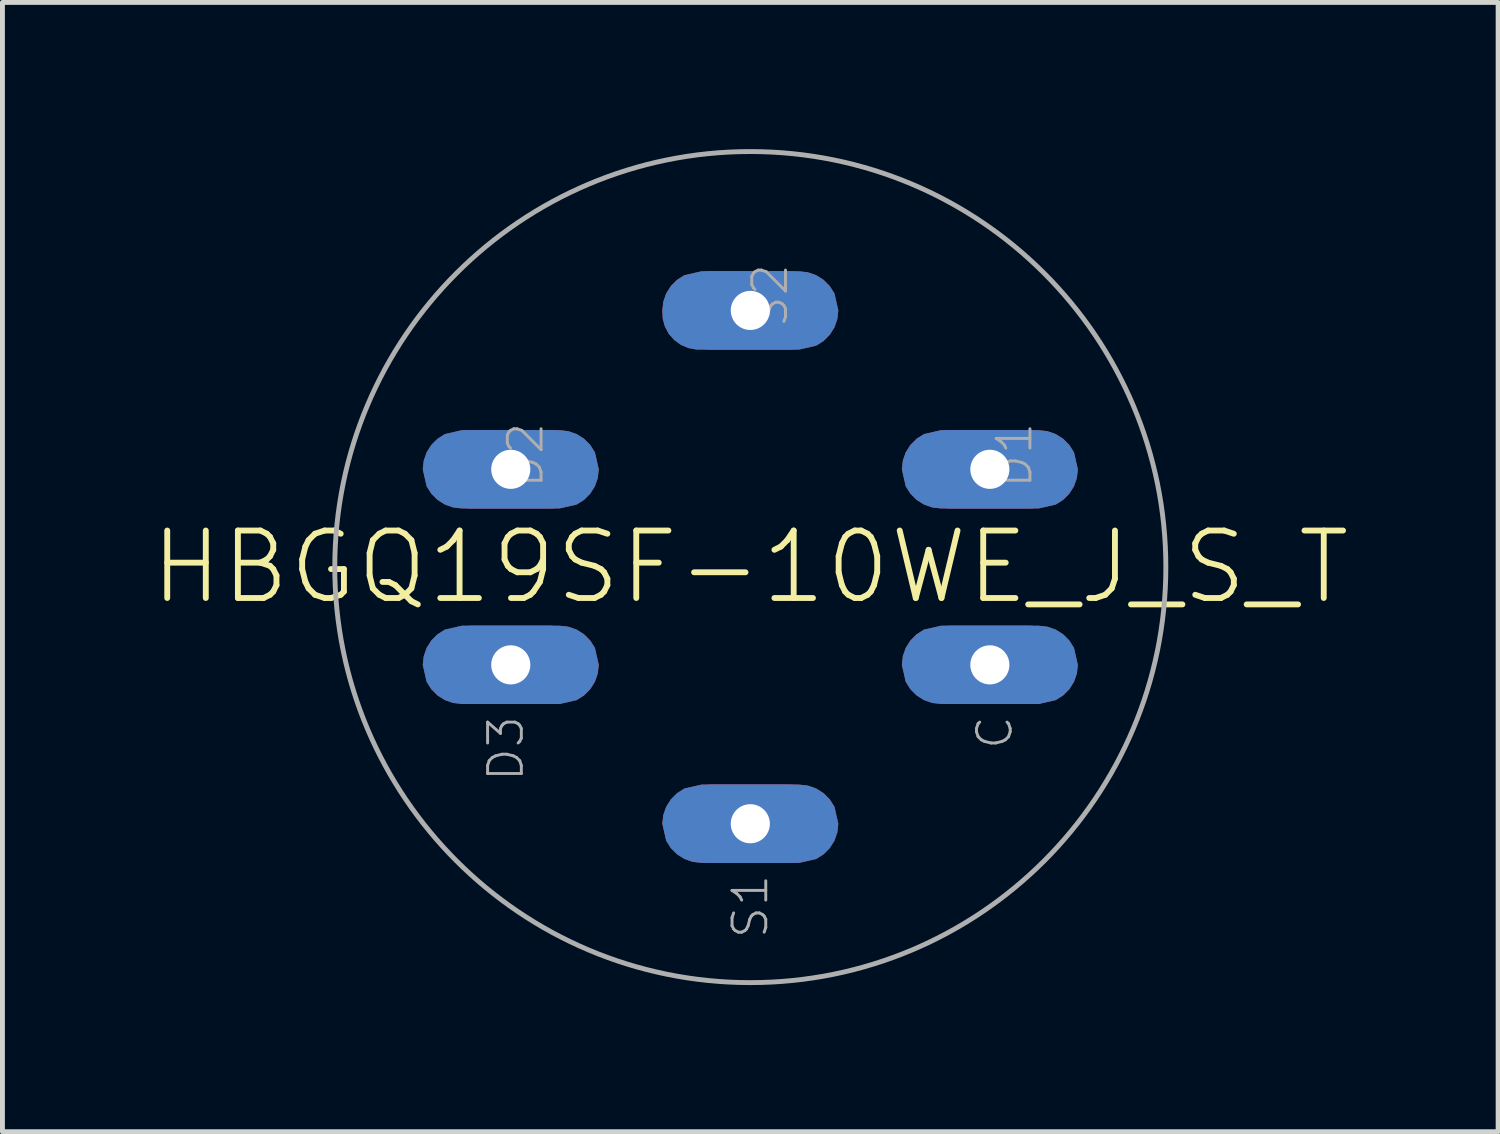
<source format=kicad_pcb>
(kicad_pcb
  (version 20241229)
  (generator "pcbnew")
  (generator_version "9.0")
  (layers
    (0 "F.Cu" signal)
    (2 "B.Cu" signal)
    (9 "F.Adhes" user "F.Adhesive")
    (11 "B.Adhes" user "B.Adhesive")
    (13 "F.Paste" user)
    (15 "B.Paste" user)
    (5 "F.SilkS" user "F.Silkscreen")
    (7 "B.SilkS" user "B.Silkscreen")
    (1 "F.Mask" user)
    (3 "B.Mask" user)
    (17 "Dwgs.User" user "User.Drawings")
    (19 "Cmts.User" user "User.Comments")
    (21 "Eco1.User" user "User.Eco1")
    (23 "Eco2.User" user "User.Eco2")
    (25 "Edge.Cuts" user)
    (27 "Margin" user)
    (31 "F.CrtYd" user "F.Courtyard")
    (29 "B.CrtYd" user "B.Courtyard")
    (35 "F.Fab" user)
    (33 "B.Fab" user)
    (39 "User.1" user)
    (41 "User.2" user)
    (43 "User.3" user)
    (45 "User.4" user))
  (footprint "HBGQ19SF-10WE_J_S_T"
    (layer "F.Cu")
    (at 12.298 8.55)
    (property "Reference" "HBGQ19SF-10WE_J_S_T" (at 0 0 0) (unlocked yes) (layer "F.SilkS") (effects (font (size 1.38 1.38) (thickness 0.12))))
    (fp_poly (pts (xy -3.722 -2.78) (xy -3.553 -2.721) (xy -3.401 -2.625) (xy -3.275 -2.499) (xy -3.179 -2.347) (xy -3.1 -2) (xy -3.12 -1.822) (xy -3.179 -1.653) (xy -3.275 -1.501) (xy -3.401 -1.375) (xy -3.553 -1.279) (xy -3.9 -1.2) (xy -5.9 -1.2) (xy -6.078 -1.22) (xy -6.247 -1.279) (xy -6.399 -1.375) (xy -6.525 -1.501) (xy -6.621 -1.653) (xy -6.7 -2) (xy -6.68 -2.178) (xy -6.621 -2.347) (xy -6.525 -2.499) (xy -6.399 -2.625) (xy -6.247 -2.721) (xy -5.9 -2.8) (xy -3.9 -2.8)) (stroke (width 0) (type default)) (fill yes) (layer "F.Cu"))
    (fp_poly (pts (xy -3.722 1.22) (xy -3.553 1.279) (xy -3.401 1.375) (xy -3.275 1.501) (xy -3.179 1.653) (xy -3.1 2) (xy -3.12 2.178) (xy -3.179 2.347) (xy -3.275 2.499) (xy -3.401 2.625) (xy -3.553 2.721) (xy -3.9 2.8) (xy -5.9 2.8) (xy -6.078 2.78) (xy -6.247 2.721) (xy -6.399 2.625) (xy -6.525 2.499) (xy -6.621 2.347) (xy -6.7 2) (xy -6.68 1.822) (xy -6.621 1.653) (xy -6.525 1.501) (xy -6.399 1.375) (xy -6.247 1.279) (xy -5.9 1.2) (xy -3.9 1.2)) (stroke (width 0) (type default)) (fill yes) (layer "F.Cu"))
    (fp_poly (pts (xy -1.8 5.25) (xy -1.78 5.072) (xy -1.721 4.903) (xy -1.625 4.751) (xy -1.499 4.625) (xy -1.347 4.529) (xy -1 4.45) (xy 1 4.45) (xy 1.178 4.47) (xy 1.347 4.529) (xy 1.499 4.625) (xy 1.625 4.751) (xy 1.721 4.903) (xy 1.8 5.25) (xy 1.78 5.428) (xy 1.721 5.597) (xy 1.625 5.749) (xy 1.499 5.875) (xy 1.347 5.971) (xy 1 6.05) (xy -1 6.05) (xy -1.178 6.03) (xy -1.347 5.971) (xy -1.499 5.875) (xy -1.625 5.749) (xy -1.721 5.597)) (stroke (width 0) (type default)) (fill yes) (layer "F.Cu"))
    (fp_poly (pts (xy 6.078 -2.78) (xy 6.247 -2.721) (xy 6.399 -2.625) (xy 6.525 -2.499) (xy 6.621 -2.347) (xy 6.7 -2) (xy 6.68 -1.822) (xy 6.621 -1.653) (xy 6.525 -1.501) (xy 6.399 -1.375) (xy 6.247 -1.279) (xy 5.9 -1.2) (xy 3.9 -1.2) (xy 3.722 -1.22) (xy 3.553 -1.279) (xy 3.401 -1.375) (xy 3.275 -1.501) (xy 3.179 -1.653) (xy 3.1 -2) (xy 3.12 -2.178) (xy 3.179 -2.347) (xy 3.275 -2.499) (xy 3.401 -2.625) (xy 3.553 -2.721) (xy 3.9 -2.8) (xy 5.9 -2.8)) (stroke (width 0) (type default)) (fill yes) (layer "F.Cu"))
    (fp_poly (pts (xy 6.078 1.22) (xy 6.247 1.279) (xy 6.399 1.375) (xy 6.525 1.501) (xy 6.621 1.653) (xy 6.7 2) (xy 6.68 2.178) (xy 6.621 2.347) (xy 6.525 2.499) (xy 6.399 2.625) (xy 6.247 2.721) (xy 5.9 2.8) (xy 3.9 2.8) (xy 3.722 2.78) (xy 3.553 2.721) (xy 3.401 2.625) (xy 3.275 2.499) (xy 3.179 2.347) (xy 3.1 2) (xy 3.12 1.822) (xy 3.179 1.653) (xy 3.275 1.501) (xy 3.401 1.375) (xy 3.553 1.279) (xy 3.9 1.2) (xy 5.9 1.2)) (stroke (width 0) (type default)) (fill yes) (layer "F.Cu"))
    (fp_poly (pts (xy -1.8 -5.25) (xy -1.78 -5.428) (xy -1.721 -5.597) (xy -1.625 -5.749) (xy -1.499 -5.875) (xy -1.347 -5.971) (xy -1 -6.05) (xy 1 -6.05) (xy 1.178 -6.03) (xy 1.347 -5.971) (xy 1.499 -5.875) (xy 1.625 -5.749) (xy 1.721 -5.597) (xy 1.8 -5.25) (xy 1.78 -5.072) (xy 1.721 -4.903) (xy 1.625 -4.751) (xy 1.499 -4.625) (xy 1.347 -4.529) (xy 1 -4.45) (xy -1.1 -4.45) (xy -1.266 -4.48) (xy -1.42 -4.546) (xy -1.557 -4.645) (xy -1.668 -4.771) (xy -1.747 -4.92) (xy -1.792 -5.082)) (stroke (width 0) (type default)) (fill yes) (layer "F.Cu"))
    (fp_poly (pts (xy -3.7 -2.877) (xy -3.51 -2.811) (xy -3.339 -2.704) (xy -3.196 -2.561) (xy -3.089 -2.39) (xy -3 -2) (xy -3.023 -1.8) (xy -3.089 -1.61) (xy -3.196 -1.439) (xy -3.339 -1.296) (xy -3.51 -1.189) (xy -3.9 -1.1) (xy -5.9 -1.1) (xy -6.1 -1.123) (xy -6.29 -1.189) (xy -6.461 -1.296) (xy -6.604 -1.439) (xy -6.711 -1.61) (xy -6.8 -2) (xy -6.777 -2.2) (xy -6.711 -2.39) (xy -6.604 -2.561) (xy -6.461 -2.704) (xy -6.29 -2.811) (xy -5.9 -2.9) (xy -3.9 -2.9)) (stroke (width 0) (type default)) (fill yes) (layer "F.Mask"))
    (fp_poly (pts (xy -3.7 1.123) (xy -3.51 1.189) (xy -3.339 1.296) (xy -3.196 1.439) (xy -3.089 1.61) (xy -3 2) (xy -3.023 2.2) (xy -3.089 2.39) (xy -3.196 2.561) (xy -3.339 2.704) (xy -3.51 2.811) (xy -3.9 2.9) (xy -5.9 2.9) (xy -6.1 2.877) (xy -6.29 2.811) (xy -6.461 2.704) (xy -6.604 2.561) (xy -6.711 2.39) (xy -6.8 2) (xy -6.777 1.8) (xy -6.711 1.61) (xy -6.604 1.439) (xy -6.461 1.296) (xy -6.29 1.189) (xy -5.9 1.1) (xy -3.9 1.1)) (stroke (width 0) (type default)) (fill yes) (layer "F.Mask"))
    (fp_poly (pts (xy 1.2 -6.127) (xy 1.39 -6.061) (xy 1.561 -5.954) (xy 1.704 -5.811) (xy 1.811 -5.64) (xy 1.9 -5.25) (xy 1.877 -5.05) (xy 1.811 -4.86) (xy 1.704 -4.689) (xy 1.561 -4.546) (xy 1.39 -4.439) (xy 1 -4.35) (xy -1 -4.35) (xy -1.2 -4.373) (xy -1.39 -4.439) (xy -1.561 -4.546) (xy -1.704 -4.689) (xy -1.811 -4.86) (xy -1.9 -5.25) (xy -1.877 -5.45) (xy -1.811 -5.64) (xy -1.704 -5.811) (xy -1.561 -5.954) (xy -1.39 -6.061) (xy -1 -6.15) (xy 1 -6.15)) (stroke (width 0) (type default)) (fill yes) (layer "F.Mask"))
    (fp_poly (pts (xy 1.2 4.373) (xy 1.39 4.439) (xy 1.561 4.546) (xy 1.704 4.689) (xy 1.811 4.86) (xy 1.9 5.25) (xy 1.877 5.45) (xy 1.811 5.64) (xy 1.704 5.811) (xy 1.561 5.954) (xy 1.39 6.061) (xy 1 6.15) (xy -1 6.15) (xy -1.2 6.127) (xy -1.39 6.061) (xy -1.561 5.954) (xy -1.704 5.811) (xy -1.811 5.64) (xy -1.9 5.25) (xy -1.877 5.05) (xy -1.811 4.86) (xy -1.704 4.689) (xy -1.561 4.546) (xy -1.39 4.439) (xy -1 4.35) (xy 1 4.35)) (stroke (width 0) (type default)) (fill yes) (layer "F.Mask"))
    (fp_poly (pts (xy 6.1 -2.877) (xy 6.29 -2.811) (xy 6.461 -2.704) (xy 6.604 -2.561) (xy 6.711 -2.39) (xy 6.8 -2) (xy 6.777 -1.8) (xy 6.711 -1.61) (xy 6.604 -1.439) (xy 6.461 -1.296) (xy 6.29 -1.189) (xy 5.9 -1.1) (xy 3.9 -1.1) (xy 3.7 -1.123) (xy 3.51 -1.189) (xy 3.339 -1.296) (xy 3.196 -1.439) (xy 3.089 -1.61) (xy 3 -2) (xy 3.023 -2.2) (xy 3.089 -2.39) (xy 3.196 -2.561) (xy 3.339 -2.704) (xy 3.51 -2.811) (xy 3.9 -2.9) (xy 5.9 -2.9)) (stroke (width 0) (type default)) (fill yes) (layer "F.Mask"))
    (fp_poly (pts (xy 6.1 1.123) (xy 6.29 1.189) (xy 6.461 1.296) (xy 6.604 1.439) (xy 6.711 1.61) (xy 6.8 2) (xy 6.777 2.2) (xy 6.711 2.39) (xy 6.604 2.561) (xy 6.461 2.704) (xy 6.29 2.811) (xy 5.9 2.9) (xy 3.9 2.9) (xy 3.7 2.877) (xy 3.51 2.811) (xy 3.339 2.704) (xy 3.196 2.561) (xy 3.089 2.39) (xy 3 2) (xy 3.023 1.8) (xy 3.089 1.61) (xy 3.196 1.439) (xy 3.339 1.296) (xy 3.51 1.189) (xy 3.9 1.1) (xy 5.9 1.1)) (stroke (width 0) (type default)) (fill yes) (layer "F.Mask"))
    (fp_poly (pts (xy -3.722 -2.78) (xy -3.553 -2.721) (xy -3.401 -2.625) (xy -3.275 -2.499) (xy -3.179 -2.347) (xy -3.1 -2) (xy -3.12 -1.822) (xy -3.179 -1.653) (xy -3.275 -1.501) (xy -3.401 -1.375) (xy -3.553 -1.279) (xy -3.9 -1.2) (xy -5.9 -1.2) (xy -6.078 -1.22) (xy -6.247 -1.279) (xy -6.399 -1.375) (xy -6.525 -1.501) (xy -6.621 -1.653) (xy -6.7 -2) (xy -6.68 -2.178) (xy -6.621 -2.347) (xy -6.525 -2.499) (xy -6.399 -2.625) (xy -6.247 -2.721) (xy -5.9 -2.8) (xy -3.9 -2.8)) (stroke (width 0) (type default)) (fill yes) (layer "B.Cu"))
    (fp_poly (pts (xy -3.722 1.22) (xy -3.553 1.279) (xy -3.401 1.375) (xy -3.275 1.501) (xy -3.179 1.653) (xy -3.1 2) (xy -3.12 2.178) (xy -3.179 2.347) (xy -3.275 2.499) (xy -3.401 2.625) (xy -3.553 2.721) (xy -3.9 2.8) (xy -5.9 2.8) (xy -6.078 2.78) (xy -6.247 2.721) (xy -6.399 2.625) (xy -6.525 2.499) (xy -6.621 2.347) (xy -6.7 2) (xy -6.68 1.822) (xy -6.621 1.653) (xy -6.525 1.501) (xy -6.399 1.375) (xy -6.247 1.279) (xy -5.9 1.2) (xy -3.9 1.2)) (stroke (width 0) (type default)) (fill yes) (layer "B.Cu"))
    (fp_poly (pts (xy -1.8 5.25) (xy -1.78 5.072) (xy -1.721 4.903) (xy -1.625 4.751) (xy -1.499 4.625) (xy -1.347 4.529) (xy -1 4.45) (xy 1 4.45) (xy 1.178 4.47) (xy 1.347 4.529) (xy 1.499 4.625) (xy 1.625 4.751) (xy 1.721 4.903) (xy 1.8 5.25) (xy 1.78 5.428) (xy 1.721 5.597) (xy 1.625 5.749) (xy 1.499 5.875) (xy 1.347 5.971) (xy 1 6.05) (xy -1 6.05) (xy -1.178 6.03) (xy -1.347 5.971) (xy -1.499 5.875) (xy -1.625 5.749) (xy -1.721 5.597)) (stroke (width 0) (type default)) (fill yes) (layer "B.Cu"))
    (fp_poly (pts (xy 6.078 -2.78) (xy 6.247 -2.721) (xy 6.399 -2.625) (xy 6.525 -2.499) (xy 6.621 -2.347) (xy 6.7 -2) (xy 6.68 -1.822) (xy 6.621 -1.653) (xy 6.525 -1.501) (xy 6.399 -1.375) (xy 6.247 -1.279) (xy 5.9 -1.2) (xy 3.9 -1.2) (xy 3.722 -1.22) (xy 3.553 -1.279) (xy 3.401 -1.375) (xy 3.275 -1.501) (xy 3.179 -1.653) (xy 3.1 -2) (xy 3.12 -2.178) (xy 3.179 -2.347) (xy 3.275 -2.499) (xy 3.401 -2.625) (xy 3.553 -2.721) (xy 3.9 -2.8) (xy 5.9 -2.8)) (stroke (width 0) (type default)) (fill yes) (layer "B.Cu"))
    (fp_poly (pts (xy 6.078 1.22) (xy 6.247 1.279) (xy 6.399 1.375) (xy 6.525 1.501) (xy 6.621 1.653) (xy 6.7 2) (xy 6.68 2.178) (xy 6.621 2.347) (xy 6.525 2.499) (xy 6.399 2.625) (xy 6.247 2.721) (xy 5.9 2.8) (xy 3.9 2.8) (xy 3.722 2.78) (xy 3.553 2.721) (xy 3.401 2.625) (xy 3.275 2.499) (xy 3.179 2.347) (xy 3.1 2) (xy 3.12 1.822) (xy 3.179 1.653) (xy 3.275 1.501) (xy 3.401 1.375) (xy 3.553 1.279) (xy 3.9 1.2) (xy 5.9 1.2)) (stroke (width 0) (type default)) (fill yes) (layer "B.Cu"))
    (fp_poly (pts (xy -1.8 -5.25) (xy -1.78 -5.428) (xy -1.721 -5.597) (xy -1.625 -5.749) (xy -1.499 -5.875) (xy -1.347 -5.971) (xy -1 -6.05) (xy 1 -6.05) (xy 1.178 -6.03) (xy 1.347 -5.971) (xy 1.499 -5.875) (xy 1.625 -5.749) (xy 1.721 -5.597) (xy 1.8 -5.25) (xy 1.78 -5.072) (xy 1.721 -4.903) (xy 1.625 -4.751) (xy 1.499 -4.625) (xy 1.347 -4.529) (xy 1 -4.45) (xy -1.1 -4.45) (xy -1.266 -4.48) (xy -1.42 -4.546) (xy -1.557 -4.645) (xy -1.668 -4.771) (xy -1.747 -4.92) (xy -1.792 -5.082)) (stroke (width 0) (type default)) (fill yes) (layer "B.Cu"))
    (fp_poly (pts (xy -3.7 -2.877) (xy -3.51 -2.811) (xy -3.339 -2.704) (xy -3.196 -2.561) (xy -3.089 -2.39) (xy -3 -2) (xy -3.023 -1.8) (xy -3.089 -1.61) (xy -3.196 -1.439) (xy -3.339 -1.296) (xy -3.51 -1.189) (xy -3.9 -1.1) (xy -5.9 -1.1) (xy -6.1 -1.123) (xy -6.29 -1.189) (xy -6.461 -1.296) (xy -6.604 -1.439) (xy -6.711 -1.61) (xy -6.8 -2) (xy -6.777 -2.2) (xy -6.711 -2.39) (xy -6.604 -2.561) (xy -6.461 -2.704) (xy -6.29 -2.811) (xy -5.9 -2.9) (xy -3.9 -2.9)) (stroke (width 0) (type default)) (fill yes) (layer "B.Mask"))
    (fp_poly (pts (xy -3.7 1.123) (xy -3.51 1.189) (xy -3.339 1.296) (xy -3.196 1.439) (xy -3.089 1.61) (xy -3 2) (xy -3.023 2.2) (xy -3.089 2.39) (xy -3.196 2.561) (xy -3.339 2.704) (xy -3.51 2.811) (xy -3.9 2.9) (xy -5.9 2.9) (xy -6.1 2.877) (xy -6.29 2.811) (xy -6.461 2.704) (xy -6.604 2.561) (xy -6.711 2.39) (xy -6.8 2) (xy -6.777 1.8) (xy -6.711 1.61) (xy -6.604 1.439) (xy -6.461 1.296) (xy -6.29 1.189) (xy -5.9 1.1) (xy -3.9 1.1)) (stroke (width 0) (type default)) (fill yes) (layer "B.Mask"))
    (fp_poly (pts (xy 1.2 -6.127) (xy 1.39 -6.061) (xy 1.561 -5.954) (xy 1.704 -5.811) (xy 1.811 -5.64) (xy 1.9 -5.25) (xy 1.877 -5.05) (xy 1.811 -4.86) (xy 1.704 -4.689) (xy 1.561 -4.546) (xy 1.39 -4.439) (xy 1 -4.35) (xy -1 -4.35) (xy -1.2 -4.373) (xy -1.39 -4.439) (xy -1.561 -4.546) (xy -1.704 -4.689) (xy -1.811 -4.86) (xy -1.9 -5.25) (xy -1.877 -5.45) (xy -1.811 -5.64) (xy -1.704 -5.811) (xy -1.561 -5.954) (xy -1.39 -6.061) (xy -1 -6.15) (xy 1 -6.15)) (stroke (width 0) (type default)) (fill yes) (layer "B.Mask"))
    (fp_poly (pts (xy 1.2 4.373) (xy 1.39 4.439) (xy 1.561 4.546) (xy 1.704 4.689) (xy 1.811 4.86) (xy 1.9 5.25) (xy 1.877 5.45) (xy 1.811 5.64) (xy 1.704 5.811) (xy 1.561 5.954) (xy 1.39 6.061) (xy 1 6.15) (xy -1 6.15) (xy -1.2 6.127) (xy -1.39 6.061) (xy -1.561 5.954) (xy -1.704 5.811) (xy -1.811 5.64) (xy -1.9 5.25) (xy -1.877 5.05) (xy -1.811 4.86) (xy -1.704 4.689) (xy -1.561 4.546) (xy -1.39 4.439) (xy -1 4.35) (xy 1 4.35)) (stroke (width 0) (type default)) (fill yes) (layer "B.Mask"))
    (fp_poly (pts (xy 6.1 -2.877) (xy 6.29 -2.811) (xy 6.461 -2.704) (xy 6.604 -2.561) (xy 6.711 -2.39) (xy 6.8 -2) (xy 6.777 -1.8) (xy 6.711 -1.61) (xy 6.604 -1.439) (xy 6.461 -1.296) (xy 6.29 -1.189) (xy 5.9 -1.1) (xy 3.9 -1.1) (xy 3.7 -1.123) (xy 3.51 -1.189) (xy 3.339 -1.296) (xy 3.196 -1.439) (xy 3.089 -1.61) (xy 3 -2) (xy 3.023 -2.2) (xy 3.089 -2.39) (xy 3.196 -2.561) (xy 3.339 -2.704) (xy 3.51 -2.811) (xy 3.9 -2.9) (xy 5.9 -2.9)) (stroke (width 0) (type default)) (fill yes) (layer "B.Mask"))
    (fp_poly (pts (xy 6.1 1.123) (xy 6.29 1.189) (xy 6.461 1.296) (xy 6.604 1.439) (xy 6.711 1.61) (xy 6.8 2) (xy 6.777 2.2) (xy 6.711 2.39) (xy 6.604 2.561) (xy 6.461 2.704) (xy 6.29 2.811) (xy 5.9 2.9) (xy 3.9 2.9) (xy 3.7 2.877) (xy 3.51 2.811) (xy 3.339 2.704) (xy 3.196 2.561) (xy 3.089 2.39) (xy 3 2) (xy 3.023 1.8) (xy 3.089 1.61) (xy 3.196 1.439) (xy 3.339 1.296) (xy 3.51 1.189) (xy 3.9 1.1) (xy 5.9 1.1)) (stroke (width 0) (type default)) (fill yes) (layer "B.Mask"))
    (fp_circle (center 0 0) (end 8.5 0) (stroke (width 0.1) (type solid)) (fill no) (layer "F.Fab"))
    (fp_text user "D3" (at -5 3 90) (layer "F.Fab") (effects (font (size 0.69 0.69) (thickness 0.06)) (justify right)))
    (fp_text user "S1" (at 0 6.246 90) (layer "F.Fab") (effects (font (size 0.69 0.69) (thickness 0.06)) (justify right)))
    (fp_text user "S2" (at 0 -6.246 90) (layer "F.Fab") (effects (font (size 0.69 0.69) (thickness 0.06)) (justify right top)))
    (fp_text user "D1" (at 5 -3 90) (layer "F.Fab") (effects (font (size 0.69 0.69) (thickness 0.06)) (justify right top)))
    (fp_text user "D2" (at -5 -3 90) (layer "F.Fab") (effects (font (size 0.69 0.69) (thickness 0.06)) (justify right top)))
    (fp_text user "C" (at 5 3 90) (layer "F.Fab") (effects (font (size 0.69 0.69) (thickness 0.06)) (justify right)))
    (pad "B" thru_hole oval (at -4.9 2) (size 3.2 1.6) (drill 0.8) (layers "*.Cu"))
    (pad "COM" thru_hole oval (at 4.9 2) (size 3.2 1.6) (drill 0.8) (layers "*.Cu"))
    (pad "G" thru_hole oval (at -4.9 -2) (size 3.2 1.6) (drill 0.8) (layers "*.Cu"))
    (pad "R" thru_hole oval (at 4.9 -2) (size 3.2 1.6) (drill 0.8) (layers "*.Cu"))
    (pad "S1" thru_hole oval (at 0 5.25) (size 3.2 1.6) (drill 0.8) (layers "*.Cu"))
    (pad "S2" thru_hole oval (at 0 -5.25) (size 3.2 1.6) (drill 0.8) (layers "*.Cu")))
  (gr_rect
    (start -3 -3)
    (end 27.595 20.1)
    (stroke (width 0.1) (type default))
    (fill no)
    (layer "Edge.Cuts")))
</source>
